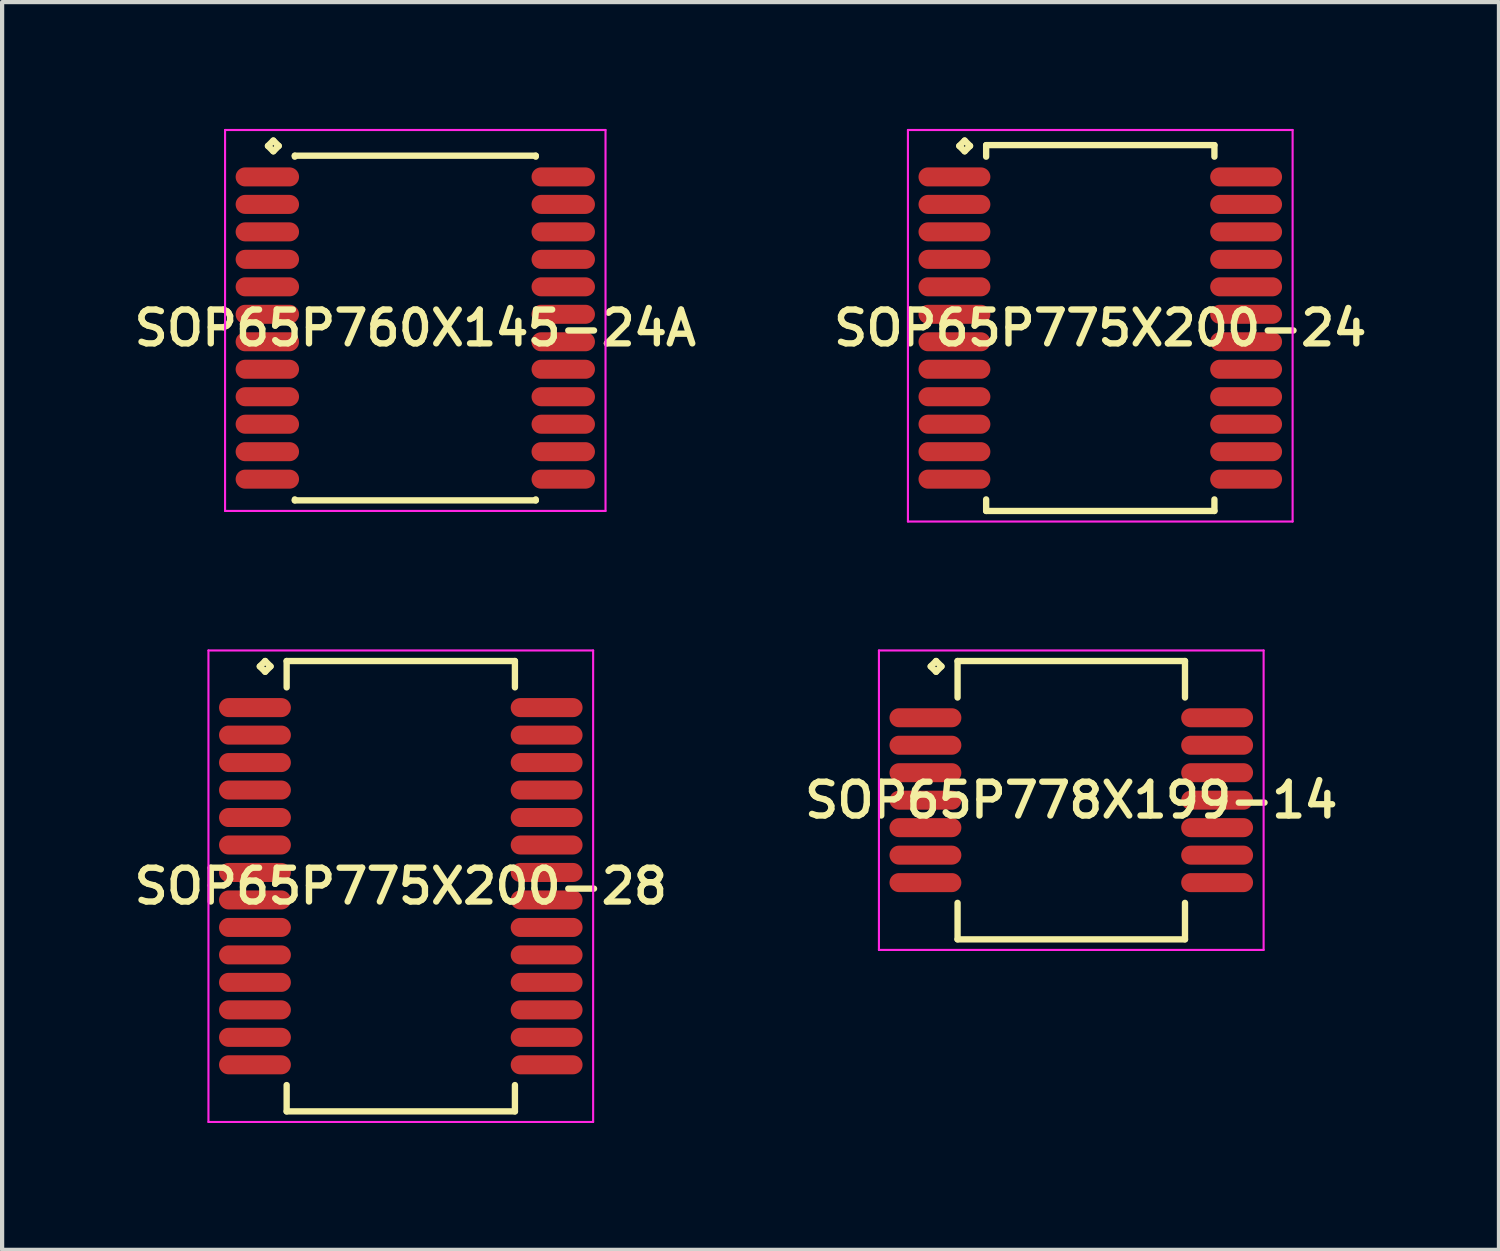
<source format=kicad_pcb>
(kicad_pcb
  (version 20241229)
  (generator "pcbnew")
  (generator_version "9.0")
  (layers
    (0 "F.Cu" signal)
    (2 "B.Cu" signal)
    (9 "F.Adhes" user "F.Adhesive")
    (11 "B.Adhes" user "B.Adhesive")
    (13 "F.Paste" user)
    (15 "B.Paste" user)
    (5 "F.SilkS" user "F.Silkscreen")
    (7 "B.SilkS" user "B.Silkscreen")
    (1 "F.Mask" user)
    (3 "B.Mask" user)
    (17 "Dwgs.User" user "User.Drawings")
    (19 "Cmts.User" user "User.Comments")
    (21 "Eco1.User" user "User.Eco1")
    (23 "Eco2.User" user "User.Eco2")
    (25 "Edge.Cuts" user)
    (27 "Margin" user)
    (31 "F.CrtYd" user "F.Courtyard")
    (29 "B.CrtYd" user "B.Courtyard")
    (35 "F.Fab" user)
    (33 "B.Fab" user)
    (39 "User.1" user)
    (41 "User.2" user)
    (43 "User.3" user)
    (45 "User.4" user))
  (footprint "SOP65P760X145-24A"
    (layer "F.Cu")
    (at 6.774 4.71)
    (property "Reference" "SOP65P760X145-24A" (at 0 0 0) (layer "F.SilkS") (effects (font (size 0.8 0.8) (thickness 0.15))))
    (attr smd)
    (fp_line (start -3.485 -4.308) (end -3.358 -4.435) (stroke (width 0.15) (type solid)) (layer "F.SilkS"))
    (fp_line (start -3.358 -4.435) (end -3.231 -4.308) (stroke (width 0.15) (type solid)) (layer "F.SilkS"))
    (fp_line (start -3.358 -4.181) (end -3.485 -4.308) (stroke (width 0.15) (type solid)) (layer "F.SilkS"))
    (fp_line (start -3.231 -4.308) (end -3.358 -4.181) (stroke (width 0.15) (type solid)) (layer "F.SilkS"))
    (fp_line (start -2.85 -4.077) (end 2.85 -4.077) (stroke (width 0.15) (type solid)) (layer "F.SilkS"))
    (fp_line (start -2.85 -4.054) (end -2.85 -4.077) (stroke (width 0.15) (type solid)) (layer "F.SilkS"))
    (fp_line (start -2.85 4.054) (end -2.85 4.077) (stroke (width 0.15) (type solid)) (layer "F.SilkS"))
    (fp_line (start -2.85 4.077) (end 2.85 4.077) (stroke (width 0.15) (type solid)) (layer "F.SilkS"))
    (fp_line (start 2.85 -4.077) (end 2.85 -4.054) (stroke (width 0.15) (type solid)) (layer "F.SilkS"))
    (fp_line (start 2.85 4.077) (end 2.85 4.054) (stroke (width 0.15) (type solid)) (layer "F.SilkS"))
    (fp_line (start -4.5 -4.685) (end 4.5 -4.685) (stroke (width 0.05) (type solid)) (layer "F.CrtYd"))
    (fp_line (start -4.5 4.327) (end -4.5 -4.685) (stroke (width 0.05) (type solid)) (layer "F.CrtYd"))
    (fp_line (start 4.5 -4.685) (end 4.5 4.327) (stroke (width 0.05) (type solid)) (layer "F.CrtYd"))
    (fp_line (start 4.5 4.327) (end -4.5 4.327) (stroke (width 0.05) (type solid)) (layer "F.CrtYd"))
    (pad "1" smd oval (at -3.5 -3.575) (size 1.5 0.45) (layers "F.Cu" "F.Mask" "F.Paste"))
    (pad "2" smd oval (at -3.5 -2.925) (size 1.5 0.45) (layers "F.Cu" "F.Mask" "F.Paste"))
    (pad "3" smd oval (at -3.5 -2.275) (size 1.5 0.45) (layers "F.Cu" "F.Mask" "F.Paste"))
    (pad "4" smd oval (at -3.5 -1.625) (size 1.5 0.45) (layers "F.Cu" "F.Mask" "F.Paste"))
    (pad "5" smd oval (at -3.5 -0.975) (size 1.5 0.45) (layers "F.Cu" "F.Mask" "F.Paste"))
    (pad "6" smd oval (at -3.5 -0.325) (size 1.5 0.45) (layers "F.Cu" "F.Mask" "F.Paste"))
    (pad "7" smd oval (at -3.5 0.325) (size 1.5 0.45) (layers "F.Cu" "F.Mask" "F.Paste"))
    (pad "8" smd oval (at -3.5 0.975) (size 1.5 0.45) (layers "F.Cu" "F.Mask" "F.Paste"))
    (pad "9" smd oval (at -3.5 1.625) (size 1.5 0.45) (layers "F.Cu" "F.Mask" "F.Paste"))
    (pad "10" smd oval (at -3.5 2.275) (size 1.5 0.45) (layers "F.Cu" "F.Mask" "F.Paste"))
    (pad "11" smd oval (at -3.5 2.925) (size 1.5 0.45) (layers "F.Cu" "F.Mask" "F.Paste"))
    (pad "12" smd oval (at -3.5 3.575) (size 1.5 0.45) (layers "F.Cu" "F.Mask" "F.Paste"))
    (pad "13" smd oval (at 3.5 3.575) (size 1.5 0.45) (layers "F.Cu" "F.Mask" "F.Paste"))
    (pad "14" smd oval (at 3.5 2.925) (size 1.5 0.45) (layers "F.Cu" "F.Mask" "F.Paste"))
    (pad "15" smd oval (at 3.5 2.275) (size 1.5 0.45) (layers "F.Cu" "F.Mask" "F.Paste"))
    (pad "16" smd oval (at 3.5 1.625) (size 1.5 0.45) (layers "F.Cu" "F.Mask" "F.Paste"))
    (pad "17" smd oval (at 3.5 0.975) (size 1.5 0.45) (layers "F.Cu" "F.Mask" "F.Paste"))
    (pad "18" smd oval (at 3.5 0.325) (size 1.5 0.45) (layers "F.Cu" "F.Mask" "F.Paste"))
    (pad "19" smd oval (at 3.5 -0.325) (size 1.5 0.45) (layers "F.Cu" "F.Mask" "F.Paste"))
    (pad "20" smd oval (at 3.5 -0.975) (size 1.5 0.45) (layers "F.Cu" "F.Mask" "F.Paste"))
    (pad "21" smd oval (at 3.5 -1.625) (size 1.5 0.45) (layers "F.Cu" "F.Mask" "F.Paste"))
    (pad "22" smd oval (at 3.5 -2.275) (size 1.5 0.45) (layers "F.Cu" "F.Mask" "F.Paste"))
    (pad "23" smd oval (at 3.5 -2.925) (size 1.5 0.45) (layers "F.Cu" "F.Mask" "F.Paste"))
    (pad "24" smd oval (at 3.5 -3.575) (size 1.5 0.45) (layers "F.Cu" "F.Mask" "F.Paste")))
  (footprint "SOP65P775X200-28"
    (layer "F.Cu")
    (at 6.431 17.914)
    (property "Reference" "SOP65P775X200-28" (at 0 0 0) (layer "F.SilkS") (effects (font (size 0.8 0.8) (thickness 0.15))))
    (attr smd)
    (fp_line (start -3.335 -5.2) (end -3.208 -5.327) (stroke (width 0.15) (type solid)) (layer "F.SilkS"))
    (fp_line (start -3.208 -5.327) (end -3.081 -5.2) (stroke (width 0.15) (type solid)) (layer "F.SilkS"))
    (fp_line (start -3.208 -5.073) (end -3.335 -5.2) (stroke (width 0.15) (type solid)) (layer "F.SilkS"))
    (fp_line (start -3.081 -5.2) (end -3.208 -5.073) (stroke (width 0.15) (type solid)) (layer "F.SilkS"))
    (fp_line (start -2.7 -5.327) (end 2.7 -5.327) (stroke (width 0.15) (type solid)) (layer "F.SilkS"))
    (fp_line (start -2.7 -4.704) (end -2.7 -5.327) (stroke (width 0.15) (type solid)) (layer "F.SilkS"))
    (fp_line (start -2.7 4.704) (end -2.7 5.327) (stroke (width 0.15) (type solid)) (layer "F.SilkS"))
    (fp_line (start -2.7 5.327) (end 2.7 5.327) (stroke (width 0.15) (type solid)) (layer "F.SilkS"))
    (fp_line (start 2.7 -5.327) (end 2.7 -4.704) (stroke (width 0.15) (type solid)) (layer "F.SilkS"))
    (fp_line (start 2.7 5.327) (end 2.7 4.704) (stroke (width 0.15) (type solid)) (layer "F.SilkS"))
    (fp_line (start -4.55 -5.577) (end 4.55 -5.577) (stroke (width 0.05) (type solid)) (layer "F.CrtYd"))
    (fp_line (start -4.55 5.577) (end -4.55 -5.577) (stroke (width 0.05) (type solid)) (layer "F.CrtYd"))
    (fp_line (start 4.55 -5.577) (end 4.55 5.577) (stroke (width 0.05) (type solid)) (layer "F.CrtYd"))
    (fp_line (start 4.55 5.577) (end -4.55 5.577) (stroke (width 0.05) (type solid)) (layer "F.CrtYd"))
    (pad "1" smd oval (at -3.45 -4.225) (size 1.7 0.45) (layers "F.Cu" "F.Mask" "F.Paste"))
    (pad "2" smd oval (at -3.45 -3.575) (size 1.7 0.45) (layers "F.Cu" "F.Mask" "F.Paste"))
    (pad "3" smd oval (at -3.45 -2.925) (size 1.7 0.45) (layers "F.Cu" "F.Mask" "F.Paste"))
    (pad "4" smd oval (at -3.45 -2.275) (size 1.7 0.45) (layers "F.Cu" "F.Mask" "F.Paste"))
    (pad "5" smd oval (at -3.45 -1.625) (size 1.7 0.45) (layers "F.Cu" "F.Mask" "F.Paste"))
    (pad "6" smd oval (at -3.45 -0.975) (size 1.7 0.45) (layers "F.Cu" "F.Mask" "F.Paste"))
    (pad "7" smd oval (at -3.45 -0.325) (size 1.7 0.45) (layers "F.Cu" "F.Mask" "F.Paste"))
    (pad "8" smd oval (at -3.45 0.325) (size 1.7 0.45) (layers "F.Cu" "F.Mask" "F.Paste"))
    (pad "9" smd oval (at -3.45 0.975) (size 1.7 0.45) (layers "F.Cu" "F.Mask" "F.Paste"))
    (pad "10" smd oval (at -3.45 1.625) (size 1.7 0.45) (layers "F.Cu" "F.Mask" "F.Paste"))
    (pad "11" smd oval (at -3.45 2.275) (size 1.7 0.45) (layers "F.Cu" "F.Mask" "F.Paste"))
    (pad "12" smd oval (at -3.45 2.925) (size 1.7 0.45) (layers "F.Cu" "F.Mask" "F.Paste"))
    (pad "13" smd oval (at -3.45 3.575) (size 1.7 0.45) (layers "F.Cu" "F.Mask" "F.Paste"))
    (pad "14" smd oval (at -3.45 4.225) (size 1.7 0.45) (layers "F.Cu" "F.Mask" "F.Paste"))
    (pad "15" smd oval (at 3.45 4.225) (size 1.7 0.45) (layers "F.Cu" "F.Mask" "F.Paste"))
    (pad "16" smd oval (at 3.45 3.575) (size 1.7 0.45) (layers "F.Cu" "F.Mask" "F.Paste"))
    (pad "17" smd oval (at 3.45 2.925) (size 1.7 0.45) (layers "F.Cu" "F.Mask" "F.Paste"))
    (pad "18" smd oval (at 3.45 2.275) (size 1.7 0.45) (layers "F.Cu" "F.Mask" "F.Paste"))
    (pad "19" smd oval (at 3.45 1.625) (size 1.7 0.45) (layers "F.Cu" "F.Mask" "F.Paste"))
    (pad "20" smd oval (at 3.45 0.975) (size 1.7 0.45) (layers "F.Cu" "F.Mask" "F.Paste"))
    (pad "21" smd oval (at 3.45 0.325) (size 1.7 0.45) (layers "F.Cu" "F.Mask" "F.Paste"))
    (pad "22" smd oval (at 3.45 -0.325) (size 1.7 0.45) (layers "F.Cu" "F.Mask" "F.Paste"))
    (pad "23" smd oval (at 3.45 -0.975) (size 1.7 0.45) (layers "F.Cu" "F.Mask" "F.Paste"))
    (pad "24" smd oval (at 3.45 -1.625) (size 1.7 0.45) (layers "F.Cu" "F.Mask" "F.Paste"))
    (pad "25" smd oval (at 3.45 -2.275) (size 1.7 0.45) (layers "F.Cu" "F.Mask" "F.Paste"))
    (pad "26" smd oval (at 3.45 -2.925) (size 1.7 0.45) (layers "F.Cu" "F.Mask" "F.Paste"))
    (pad "27" smd oval (at 3.45 -3.575) (size 1.7 0.45) (layers "F.Cu" "F.Mask" "F.Paste"))
    (pad "28" smd oval (at 3.45 -4.225) (size 1.7 0.45) (layers "F.Cu" "F.Mask" "F.Paste")))
  (footprint "SOP65P775X200-24"
    (layer "F.Cu")
    (at 22.978 4.71)
    (property "Reference" "SOP65P775X200-24" (at 0 0 0) (layer "F.SilkS") (effects (font (size 0.8 0.8) (thickness 0.15))))
    (attr smd)
    (fp_line (start -3.335 -4.308) (end -3.208 -4.435) (stroke (width 0.15) (type solid)) (layer "F.SilkS"))
    (fp_line (start -3.208 -4.435) (end -3.081 -4.308) (stroke (width 0.15) (type solid)) (layer "F.SilkS"))
    (fp_line (start -3.208 -4.181) (end -3.335 -4.308) (stroke (width 0.15) (type solid)) (layer "F.SilkS"))
    (fp_line (start -3.081 -4.308) (end -3.208 -4.181) (stroke (width 0.15) (type solid)) (layer "F.SilkS"))
    (fp_line (start -2.7 -4.327) (end 2.7 -4.327) (stroke (width 0.15) (type solid)) (layer "F.SilkS"))
    (fp_line (start -2.7 -4.054) (end -2.7 -4.327) (stroke (width 0.15) (type solid)) (layer "F.SilkS"))
    (fp_line (start -2.7 4.054) (end -2.7 4.327) (stroke (width 0.15) (type solid)) (layer "F.SilkS"))
    (fp_line (start -2.7 4.327) (end 2.7 4.327) (stroke (width 0.15) (type solid)) (layer "F.SilkS"))
    (fp_line (start 2.7 -4.327) (end 2.7 -4.054) (stroke (width 0.15) (type solid)) (layer "F.SilkS"))
    (fp_line (start 2.7 4.327) (end 2.7 4.054) (stroke (width 0.15) (type solid)) (layer "F.SilkS"))
    (fp_line (start -4.55 -4.685) (end 4.55 -4.685) (stroke (width 0.05) (type solid)) (layer "F.CrtYd"))
    (fp_line (start -4.55 4.577) (end -4.55 -4.685) (stroke (width 0.05) (type solid)) (layer "F.CrtYd"))
    (fp_line (start 4.55 -4.685) (end 4.55 4.577) (stroke (width 0.05) (type solid)) (layer "F.CrtYd"))
    (fp_line (start 4.55 4.577) (end -4.55 4.577) (stroke (width 0.05) (type solid)) (layer "F.CrtYd"))
    (pad "1" smd oval (at -3.45 -3.575) (size 1.7 0.45) (layers "F.Cu" "F.Mask" "F.Paste"))
    (pad "2" smd oval (at -3.45 -2.925) (size 1.7 0.45) (layers "F.Cu" "F.Mask" "F.Paste"))
    (pad "3" smd oval (at -3.45 -2.275) (size 1.7 0.45) (layers "F.Cu" "F.Mask" "F.Paste"))
    (pad "4" smd oval (at -3.45 -1.625) (size 1.7 0.45) (layers "F.Cu" "F.Mask" "F.Paste"))
    (pad "5" smd oval (at -3.45 -0.975) (size 1.7 0.45) (layers "F.Cu" "F.Mask" "F.Paste"))
    (pad "6" smd oval (at -3.45 -0.325) (size 1.7 0.45) (layers "F.Cu" "F.Mask" "F.Paste"))
    (pad "7" smd oval (at -3.45 0.325) (size 1.7 0.45) (layers "F.Cu" "F.Mask" "F.Paste"))
    (pad "8" smd oval (at -3.45 0.975) (size 1.7 0.45) (layers "F.Cu" "F.Mask" "F.Paste"))
    (pad "9" smd oval (at -3.45 1.625) (size 1.7 0.45) (layers "F.Cu" "F.Mask" "F.Paste"))
    (pad "10" smd oval (at -3.45 2.275) (size 1.7 0.45) (layers "F.Cu" "F.Mask" "F.Paste"))
    (pad "11" smd oval (at -3.45 2.925) (size 1.7 0.45) (layers "F.Cu" "F.Mask" "F.Paste"))
    (pad "12" smd oval (at -3.45 3.575) (size 1.7 0.45) (layers "F.Cu" "F.Mask" "F.Paste"))
    (pad "13" smd oval (at 3.45 3.575) (size 1.7 0.45) (layers "F.Cu" "F.Mask" "F.Paste"))
    (pad "14" smd oval (at 3.45 2.925) (size 1.7 0.45) (layers "F.Cu" "F.Mask" "F.Paste"))
    (pad "15" smd oval (at 3.45 2.275) (size 1.7 0.45) (layers "F.Cu" "F.Mask" "F.Paste"))
    (pad "16" smd oval (at 3.45 1.625) (size 1.7 0.45) (layers "F.Cu" "F.Mask" "F.Paste"))
    (pad "17" smd oval (at 3.45 0.975) (size 1.7 0.45) (layers "F.Cu" "F.Mask" "F.Paste"))
    (pad "18" smd oval (at 3.45 0.325) (size 1.7 0.45) (layers "F.Cu" "F.Mask" "F.Paste"))
    (pad "19" smd oval (at 3.45 -0.325) (size 1.7 0.45) (layers "F.Cu" "F.Mask" "F.Paste"))
    (pad "20" smd oval (at 3.45 -0.975) (size 1.7 0.45) (layers "F.Cu" "F.Mask" "F.Paste"))
    (pad "21" smd oval (at 3.45 -1.625) (size 1.7 0.45) (layers "F.Cu" "F.Mask" "F.Paste"))
    (pad "22" smd oval (at 3.45 -2.275) (size 1.7 0.45) (layers "F.Cu" "F.Mask" "F.Paste"))
    (pad "23" smd oval (at 3.45 -2.925) (size 1.7 0.45) (layers "F.Cu" "F.Mask" "F.Paste"))
    (pad "24" smd oval (at 3.45 -3.575) (size 1.7 0.45) (layers "F.Cu" "F.Mask" "F.Paste")))
  (footprint "SOP65P778X199-14"
    (layer "F.Cu")
    (at 22.292 15.879)
    (property "Reference" "SOP65P778X199-14" (at 0 0 0) (layer "F.SilkS") (effects (font (size 0.8 0.8) (thickness 0.15))))
    (attr smd)
    (fp_line (start -3.325 -3.165) (end -3.198 -3.292) (stroke (width 0.15) (type solid)) (layer "F.SilkS"))
    (fp_line (start -3.198 -3.292) (end -3.071 -3.165) (stroke (width 0.15) (type solid)) (layer "F.SilkS"))
    (fp_line (start -3.198 -3.038) (end -3.325 -3.165) (stroke (width 0.15) (type solid)) (layer "F.SilkS"))
    (fp_line (start -3.071 -3.165) (end -3.198 -3.038) (stroke (width 0.15) (type solid)) (layer "F.SilkS"))
    (fp_line (start -2.69 -3.292) (end 2.69 -3.292) (stroke (width 0.15) (type solid)) (layer "F.SilkS"))
    (fp_line (start -2.69 -2.429) (end -2.69 -3.292) (stroke (width 0.15) (type solid)) (layer "F.SilkS"))
    (fp_line (start -2.69 2.429) (end -2.69 3.292) (stroke (width 0.15) (type solid)) (layer "F.SilkS"))
    (fp_line (start -2.69 3.292) (end 2.69 3.292) (stroke (width 0.15) (type solid)) (layer "F.SilkS"))
    (fp_line (start 2.69 -3.292) (end 2.69 -2.429) (stroke (width 0.15) (type solid)) (layer "F.SilkS"))
    (fp_line (start 2.69 3.292) (end 2.69 2.429) (stroke (width 0.15) (type solid)) (layer "F.SilkS"))
    (fp_line (start -4.55 -3.542) (end 4.55 -3.542) (stroke (width 0.05) (type solid)) (layer "F.CrtYd"))
    (fp_line (start -4.55 3.542) (end -4.55 -3.542) (stroke (width 0.05) (type solid)) (layer "F.CrtYd"))
    (fp_line (start 4.55 -3.542) (end 4.55 3.542) (stroke (width 0.05) (type solid)) (layer "F.CrtYd"))
    (fp_line (start 4.55 3.542) (end -4.55 3.542) (stroke (width 0.05) (type solid)) (layer "F.CrtYd"))
    (pad "1" smd oval (at -3.45 -1.95) (size 1.7 0.45) (layers "F.Cu" "F.Mask" "F.Paste"))
    (pad "2" smd oval (at -3.45 -1.3) (size 1.7 0.45) (layers "F.Cu" "F.Mask" "F.Paste"))
    (pad "3" smd oval (at -3.45 -0.65) (size 1.7 0.45) (layers "F.Cu" "F.Mask" "F.Paste"))
    (pad "4" smd oval (at -3.45 0) (size 1.7 0.45) (layers "F.Cu" "F.Mask" "F.Paste"))
    (pad "5" smd oval (at -3.45 0.65) (size 1.7 0.45) (layers "F.Cu" "F.Mask" "F.Paste"))
    (pad "6" smd oval (at -3.45 1.3) (size 1.7 0.45) (layers "F.Cu" "F.Mask" "F.Paste"))
    (pad "7" smd oval (at -3.45 1.95) (size 1.7 0.45) (layers "F.Cu" "F.Mask" "F.Paste"))
    (pad "8" smd oval (at 3.45 1.95) (size 1.7 0.45) (layers "F.Cu" "F.Mask" "F.Paste"))
    (pad "9" smd oval (at 3.45 1.3) (size 1.7 0.45) (layers "F.Cu" "F.Mask" "F.Paste"))
    (pad "10" smd oval (at 3.45 0.65) (size 1.7 0.45) (layers "F.Cu" "F.Mask" "F.Paste"))
    (pad "11" smd oval (at 3.45 0) (size 1.7 0.45) (layers "F.Cu" "F.Mask" "F.Paste"))
    (pad "12" smd oval (at 3.45 -0.65) (size 1.7 0.45) (layers "F.Cu" "F.Mask" "F.Paste"))
    (pad "13" smd oval (at 3.45 -1.3) (size 1.7 0.45) (layers "F.Cu" "F.Mask" "F.Paste"))
    (pad "14" smd oval (at 3.45 -1.95) (size 1.7 0.45) (layers "F.Cu" "F.Mask" "F.Paste")))
  (gr_rect
    (start -3 -3)
    (end 32.409 26.516)
    (stroke (width 0.1) (type default))
    (fill no)
    (layer "Edge.Cuts")))
</source>
